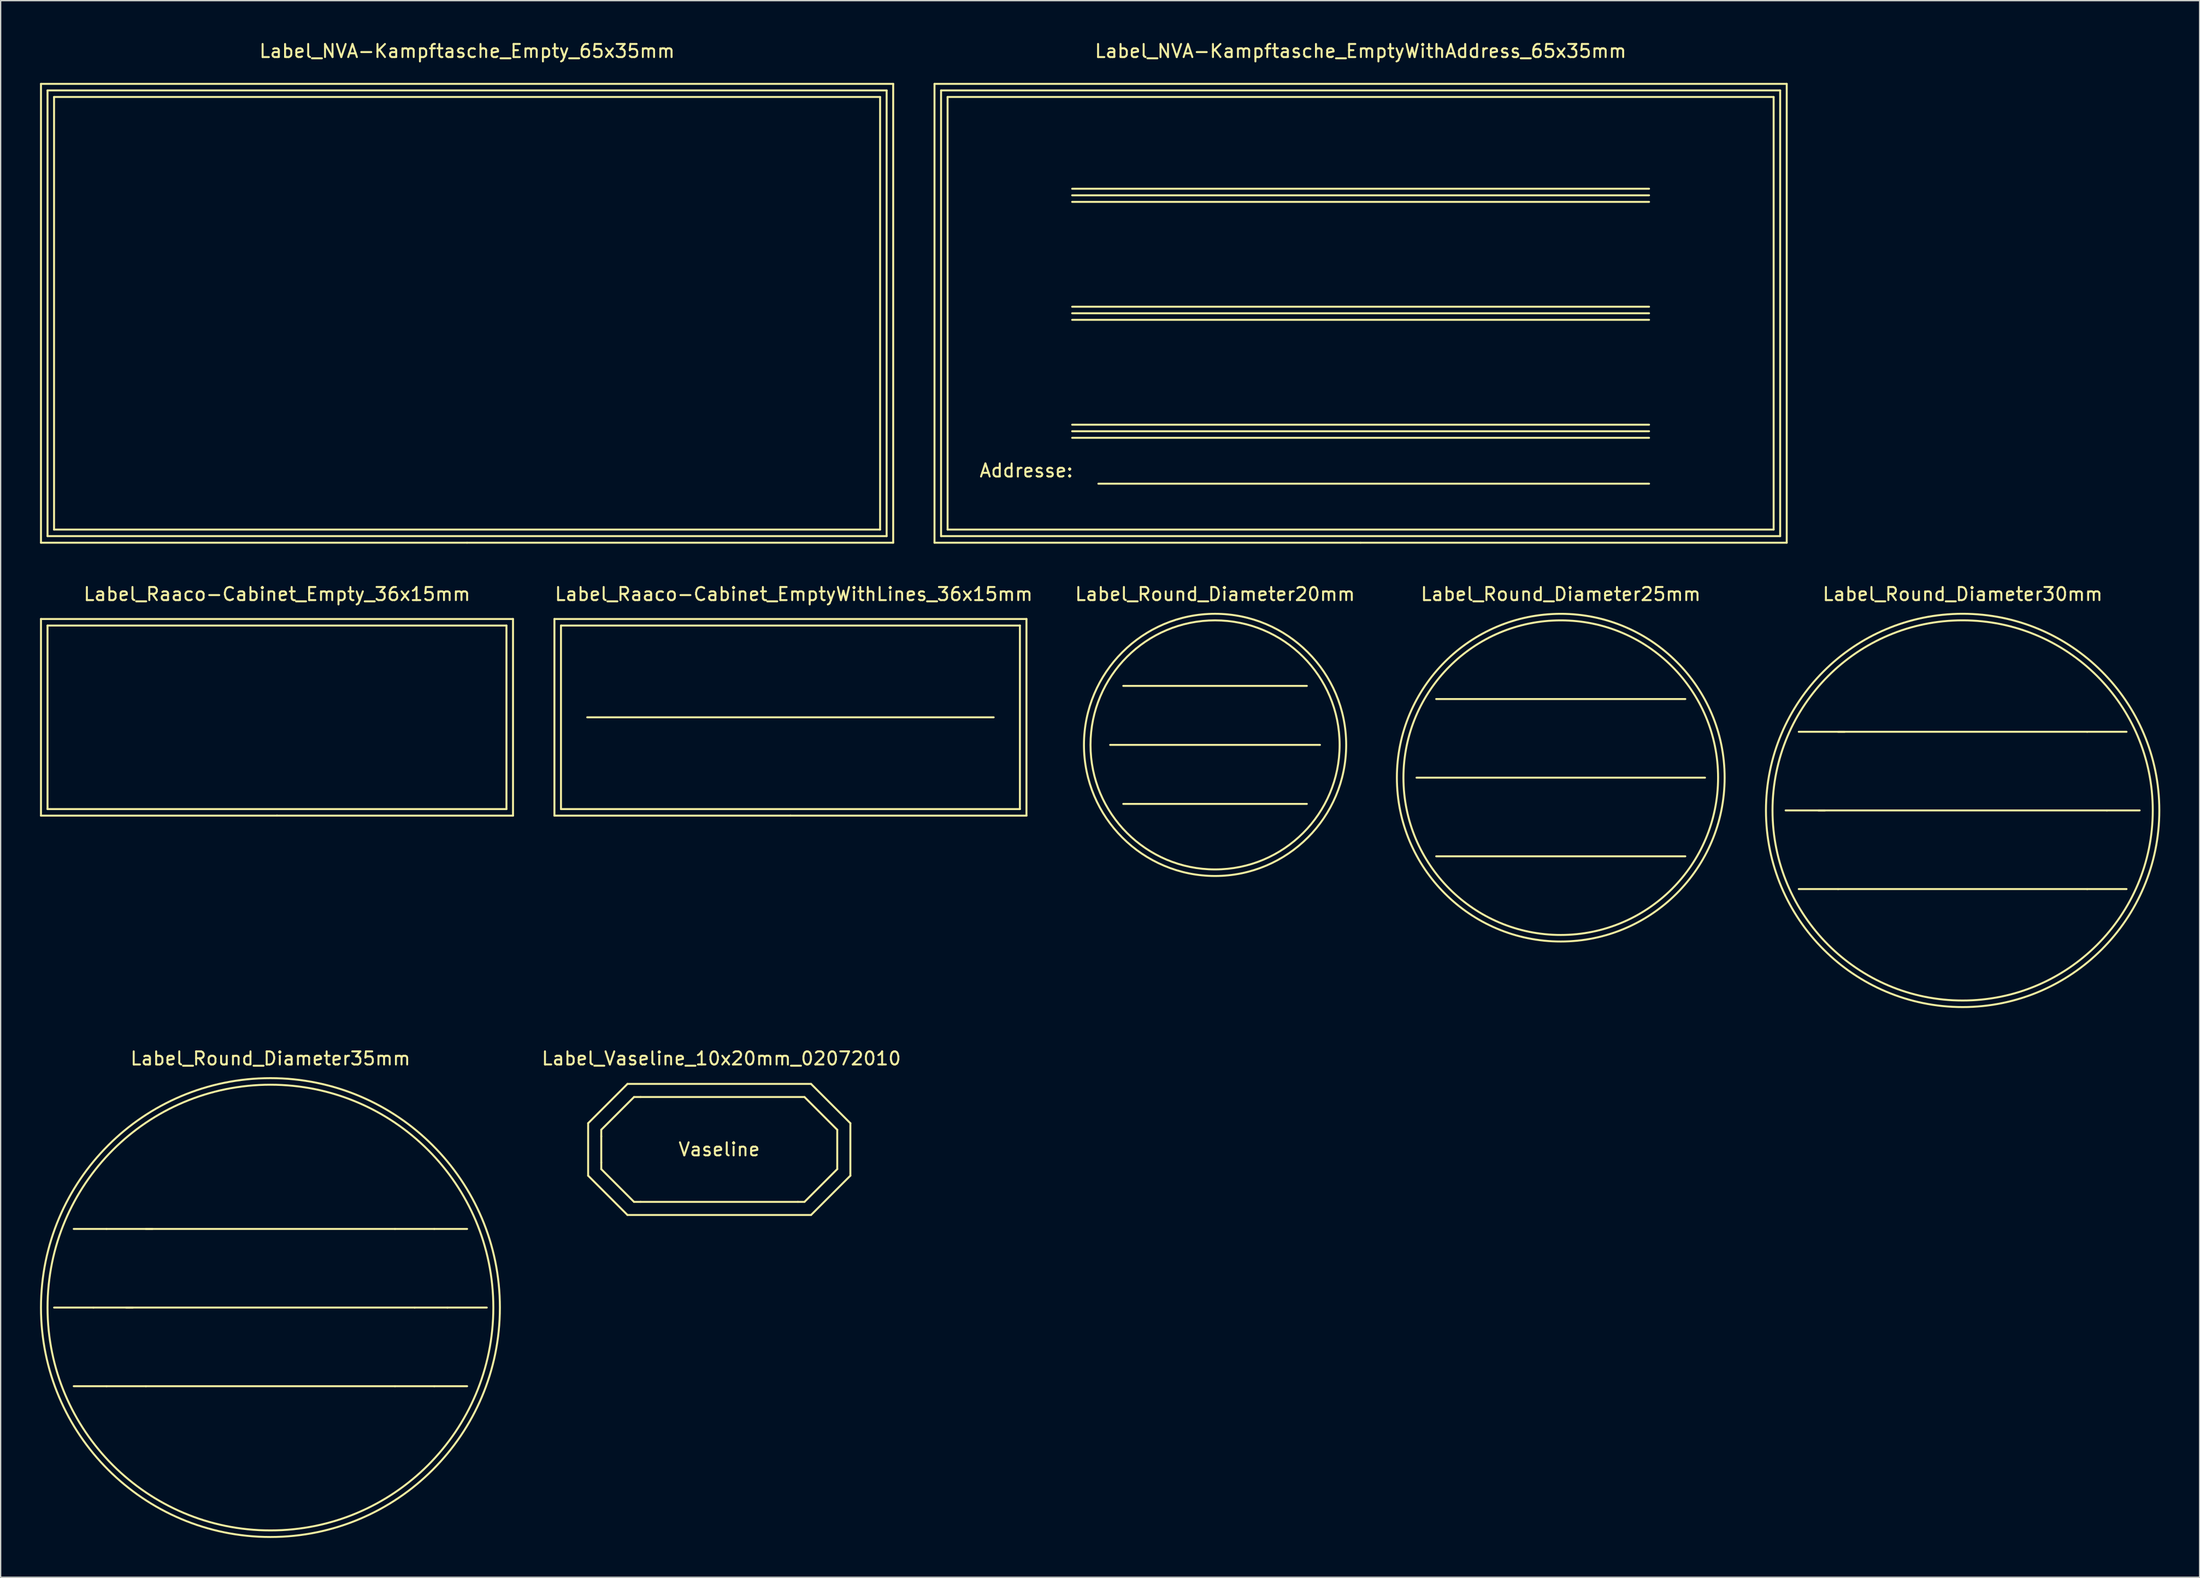
<source format=kicad_pcb>
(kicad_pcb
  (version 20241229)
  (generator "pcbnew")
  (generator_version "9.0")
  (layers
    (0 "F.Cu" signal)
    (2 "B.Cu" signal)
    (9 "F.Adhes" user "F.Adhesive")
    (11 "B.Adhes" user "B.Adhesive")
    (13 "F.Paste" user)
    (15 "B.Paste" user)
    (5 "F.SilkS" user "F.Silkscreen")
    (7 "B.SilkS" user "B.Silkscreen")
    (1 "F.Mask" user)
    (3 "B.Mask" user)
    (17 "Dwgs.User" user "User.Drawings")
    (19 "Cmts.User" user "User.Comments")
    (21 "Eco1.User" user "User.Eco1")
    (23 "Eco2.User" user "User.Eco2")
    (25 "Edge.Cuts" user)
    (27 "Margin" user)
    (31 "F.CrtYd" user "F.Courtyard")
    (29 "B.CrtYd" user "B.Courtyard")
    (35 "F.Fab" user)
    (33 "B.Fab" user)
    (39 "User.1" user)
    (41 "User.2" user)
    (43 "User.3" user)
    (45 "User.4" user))
  (footprint "Label_Round_Diameter25mm"
    (layer "F.Cu")
    (at 115.988 56.273)
    (property "Reference" "Label_Round_Diameter25mm" (at 0 -14 0) (layer "F.SilkS") (effects (font (size 1 1) (thickness 0.15))))
    (attr through_hole)
    (fp_line (start -11.001 0) (end 11.001 0) (stroke (width 0.15) (type solid)) (layer "F.SilkS"))
    (fp_line (start -9.5 5.999) (end 9.5 5.999) (stroke (width 0.15) (type solid)) (layer "F.SilkS"))
    (fp_line (start 9.5 -5.999) (end -9.5 -5.999) (stroke (width 0.15) (type solid)) (layer "F.SilkS"))
    (fp_circle (center 0 0) (end -11.999 0) (stroke (width 0.15) (type solid)) (fill no) (layer "F.SilkS"))
    (fp_circle (center 0 0) (end 12.499 0) (stroke (width 0.15) (type solid)) (fill no) (layer "F.SilkS")))
  (footprint "Label_Round_Diameter35mm"
    (layer "F.Cu")
    (at 17.576 96.696)
    (property "Reference" "Label_Round_Diameter35mm" (at 0 -18.999 0) (layer "F.SilkS") (effects (font (size 1 1) (thickness 0.15))))
    (attr through_hole)
    (fp_line (start -13.5 0) (end -16.5 0) (stroke (width 0.15) (type solid)) (layer "F.SilkS"))
    (fp_line (start -12.499 -5.999) (end -15.001 -5.999) (stroke (width 0.15) (type solid)) (layer "F.SilkS"))
    (fp_line (start -12.499 5.999) (end -15.001 5.999) (stroke (width 0.15) (type solid)) (layer "F.SilkS"))
    (fp_line (start -11.001 0) (end 11.001 0) (stroke (width 0.15) (type solid)) (layer "F.SilkS"))
    (fp_line (start -10.5 0) (end -13.5 0) (stroke (width 0.15) (type solid)) (layer "F.SilkS"))
    (fp_line (start -9.5 5.999) (end -12.499 5.999) (stroke (width 0.15) (type solid)) (layer "F.SilkS"))
    (fp_line (start -9.5 5.999) (end 9.5 5.999) (stroke (width 0.15) (type solid)) (layer "F.SilkS"))
    (fp_line (start -8.999 -5.999) (end -12.499 -5.999) (stroke (width 0.15) (type solid)) (layer "F.SilkS"))
    (fp_line (start 9.5 -5.999) (end -9.5 -5.999) (stroke (width 0.15) (type solid)) (layer "F.SilkS"))
    (fp_line (start 9.5 -5.999) (end 12.499 -5.999) (stroke (width 0.15) (type solid)) (layer "F.SilkS"))
    (fp_line (start 9.5 5.999) (end 12.499 5.999) (stroke (width 0.15) (type solid)) (layer "F.SilkS"))
    (fp_line (start 11.001 0) (end 13.5 0) (stroke (width 0.15) (type solid)) (layer "F.SilkS"))
    (fp_line (start 12.499 -5.999) (end 15.001 -5.999) (stroke (width 0.15) (type solid)) (layer "F.SilkS"))
    (fp_line (start 12.499 5.999) (end 15.001 5.999) (stroke (width 0.15) (type solid)) (layer "F.SilkS"))
    (fp_line (start 13.5 0) (end 16.5 0) (stroke (width 0.15) (type solid)) (layer "F.SilkS"))
    (fp_circle (center 0 0) (end 17 0) (stroke (width 0.15) (type solid)) (fill no) (layer "F.SilkS"))
    (fp_circle (center 0 0) (end 17.501 0) (stroke (width 0.15) (type solid)) (fill no) (layer "F.SilkS")))
  (footprint "Label_Round_Diameter30mm"
    (layer "F.Cu")
    (at 146.639 58.772)
    (property "Reference" "Label_Round_Diameter30mm" (at 0 -16.5 0) (layer "F.SilkS") (effects (font (size 1 1) (thickness 0.15))))
    (attr through_hole)
    (fp_line (start -11.001 0) (end 11.001 0) (stroke (width 0.15) (type solid)) (layer "F.SilkS"))
    (fp_line (start -10.5 0) (end -13.5 0) (stroke (width 0.15) (type solid)) (layer "F.SilkS"))
    (fp_line (start -9.5 5.999) (end -12.499 5.999) (stroke (width 0.15) (type solid)) (layer "F.SilkS"))
    (fp_line (start -9.5 5.999) (end 9.5 5.999) (stroke (width 0.15) (type solid)) (layer "F.SilkS"))
    (fp_line (start -8.999 -5.999) (end -12.499 -5.999) (stroke (width 0.15) (type solid)) (layer "F.SilkS"))
    (fp_line (start 9.5 -5.999) (end -9.5 -5.999) (stroke (width 0.15) (type solid)) (layer "F.SilkS"))
    (fp_line (start 9.5 -5.999) (end 12.499 -5.999) (stroke (width 0.15) (type solid)) (layer "F.SilkS"))
    (fp_line (start 9.5 5.999) (end 12.499 5.999) (stroke (width 0.15) (type solid)) (layer "F.SilkS"))
    (fp_line (start 11.001 0) (end 13.5 0) (stroke (width 0.15) (type solid)) (layer "F.SilkS"))
    (fp_circle (center 0 0) (end 14.501 0) (stroke (width 0.15) (type solid)) (fill no) (layer "F.SilkS"))
    (fp_circle (center 0 0) (end 15.001 0) (stroke (width 0.15) (type solid)) (fill no) (layer "F.SilkS")))
  (footprint "Label_Vaseline_10x20mm_02072010"
    (layer "F.Cu")
    (at 51.967 84.554)
    (property "Reference" "Label_Vaseline_10x20mm_02072010" (at 0 -6.858 0) (layer "F.SilkS") (effects (font (size 1 1) (thickness 0.15))))
    (attr through_hole)
    (fp_line (start -10.16 -1.92) (end -10.16 2.08) (stroke (width 0.15) (type solid)) (layer "F.SilkS"))
    (fp_line (start -10.16 -1.92) (end -7.16 -4.92) (stroke (width 0.15) (type solid)) (layer "F.SilkS"))
    (fp_line (start -10.16 2.08) (end -7.16 5.08) (stroke (width 0.15) (type solid)) (layer "F.SilkS"))
    (fp_line (start -9.159 -1.42) (end -6.66 -3.919) (stroke (width 0.15) (type solid)) (layer "F.SilkS"))
    (fp_line (start -9.159 -0.919) (end -9.159 -1.42) (stroke (width 0.15) (type solid)) (layer "F.SilkS"))
    (fp_line (start -9.159 -0.919) (end -9.159 1.079) (stroke (width 0.15) (type solid)) (layer "F.SilkS"))
    (fp_line (start -9.159 1.079) (end -9.159 1.58) (stroke (width 0.15) (type solid)) (layer "F.SilkS"))
    (fp_line (start -9.159 1.58) (end -6.66 4.079) (stroke (width 0.15) (type solid)) (layer "F.SilkS"))
    (fp_line (start -7.16 -4.92) (end 6.84 -4.92) (stroke (width 0.15) (type solid)) (layer "F.SilkS"))
    (fp_line (start -6.66 -3.919) (end -6.16 -3.919) (stroke (width 0.15) (type solid)) (layer "F.SilkS"))
    (fp_line (start -6.66 4.079) (end -6.16 4.079) (stroke (width 0.15) (type solid)) (layer "F.SilkS"))
    (fp_line (start -6.16 4.079) (end 5.839 4.079) (stroke (width 0.15) (type solid)) (layer "F.SilkS"))
    (fp_line (start 6.34 -3.919) (end -6.16 -3.919) (stroke (width 0.15) (type solid)) (layer "F.SilkS"))
    (fp_line (start 6.34 4.079) (end 5.839 4.079) (stroke (width 0.15) (type solid)) (layer "F.SilkS"))
    (fp_line (start 6.84 5.08) (end -7.16 5.08) (stroke (width 0.15) (type solid)) (layer "F.SilkS"))
    (fp_line (start 6.84 5.08) (end 9.84 2.08) (stroke (width 0.15) (type solid)) (layer "F.SilkS"))
    (fp_line (start 8.839 -1.42) (end 6.34 -3.919) (stroke (width 0.15) (type solid)) (layer "F.SilkS"))
    (fp_line (start 8.839 -1.42) (end 8.839 1.58) (stroke (width 0.15) (type solid)) (layer "F.SilkS"))
    (fp_line (start 8.839 1.58) (end 6.34 4.079) (stroke (width 0.15) (type solid)) (layer "F.SilkS"))
    (fp_line (start 9.84 -1.92) (end 6.84 -4.92) (stroke (width 0.15) (type solid)) (layer "F.SilkS"))
    (fp_line (start 9.84 -1.92) (end 9.84 2.08) (stroke (width 0.15) (type solid)) (layer "F.SilkS"))
    (fp_text user "Vaseline" (at -0.16 0.079 0) (layer "F.SilkS") (effects (font (size 1 1) (thickness 0.15)))))
  (footprint "Label_Raaco-Cabinet_Empty_36x15mm"
    (layer "F.Cu")
    (at 18.076 51.67)
    (property "Reference" "Label_Raaco-Cabinet_Empty_36x15mm" (at 0 -9.398 0) (layer "F.SilkS") (effects (font (size 1 1) (thickness 0.15))))
    (attr through_hole)
    (fp_line (start -18.001 -7.501) (end -18.001 7.501) (stroke (width 0.15) (type solid)) (layer "F.SilkS"))
    (fp_line (start -18.001 7.501) (end 0 7.501) (stroke (width 0.15) (type solid)) (layer "F.SilkS"))
    (fp_line (start -17.501 -7) (end 17.501 -7) (stroke (width 0.15) (type solid)) (layer "F.SilkS"))
    (fp_line (start -17.501 7) (end -17.501 -7) (stroke (width 0.15) (type solid)) (layer "F.SilkS"))
    (fp_line (start 0 7.501) (end 18.001 7.501) (stroke (width 0.15) (type solid)) (layer "F.SilkS"))
    (fp_line (start 17.501 -7) (end 17.501 7) (stroke (width 0.15) (type solid)) (layer "F.SilkS"))
    (fp_line (start 17.501 7) (end -17.501 7) (stroke (width 0.15) (type solid)) (layer "F.SilkS"))
    (fp_line (start 18.001 -7.501) (end -18.001 -7.501) (stroke (width 0.15) (type solid)) (layer "F.SilkS"))
    (fp_line (start 18.001 7.501) (end 18.001 -7.501) (stroke (width 0.15) (type solid)) (layer "F.SilkS")))
  (footprint "Label_NVA-Kampftasche_EmptyWithAddress_65x35mm"
    (layer "F.Cu")
    (at 100.723 20.848)
    (property "Reference" "Label_NVA-Kampftasche_EmptyWithAddress_65x35mm" (at 0 -20 0) (layer "F.SilkS") (effects (font (size 1 1) (thickness 0.15))))
    (attr through_hole)
    (fp_line (start -32.499 -17.501) (end -32.499 17.501) (stroke (width 0.15) (type solid)) (layer "F.SilkS"))
    (fp_line (start -32.499 17.501) (end 0 17.501) (stroke (width 0.15) (type solid)) (layer "F.SilkS"))
    (fp_line (start -31.999 -17) (end 31.999 -17) (stroke (width 0.15) (type solid)) (layer "F.SilkS"))
    (fp_line (start -31.999 17) (end -31.999 -17) (stroke (width 0.15) (type solid)) (layer "F.SilkS"))
    (fp_line (start -31.501 -16.5) (end 31.501 -16.5) (stroke (width 0.15) (type solid)) (layer "F.SilkS"))
    (fp_line (start -31.501 16.5) (end -31.501 -16.5) (stroke (width 0.15) (type solid)) (layer "F.SilkS"))
    (fp_line (start -21.999 -8.999) (end 21.999 -8.999) (stroke (width 0.15) (type solid)) (layer "F.SilkS"))
    (fp_line (start -21.999 -8.499) (end 21.999 -8.499) (stroke (width 0.15) (type solid)) (layer "F.SilkS"))
    (fp_line (start -21.999 -0.5) (end 21.999 -0.5) (stroke (width 0.15) (type solid)) (layer "F.SilkS"))
    (fp_line (start -21.999 0) (end 21.999 0) (stroke (width 0.15) (type solid)) (layer "F.SilkS"))
    (fp_line (start -21.999 0.5) (end 21.999 0.5) (stroke (width 0.15) (type solid)) (layer "F.SilkS"))
    (fp_line (start -21.999 8.499) (end 21.999 8.499) (stroke (width 0.15) (type solid)) (layer "F.SilkS"))
    (fp_line (start -20 13) (end 21.999 13) (stroke (width 0.15) (type solid)) (layer "F.SilkS"))
    (fp_line (start 0 17.501) (end 32.499 17.501) (stroke (width 0.15) (type solid)) (layer "F.SilkS"))
    (fp_line (start 21.999 -9.5) (end -21.999 -9.5) (stroke (width 0.15) (type solid)) (layer "F.SilkS"))
    (fp_line (start 21.999 8.999) (end -21.999 8.999) (stroke (width 0.15) (type solid)) (layer "F.SilkS"))
    (fp_line (start 21.999 9.5) (end -21.999 9.5) (stroke (width 0.15) (type solid)) (layer "F.SilkS"))
    (fp_line (start 31.501 -16.5) (end 31.501 16.5) (stroke (width 0.15) (type solid)) (layer "F.SilkS"))
    (fp_line (start 31.501 16.5) (end -31.501 16.5) (stroke (width 0.15) (type solid)) (layer "F.SilkS"))
    (fp_line (start 31.999 -17) (end 31.999 17) (stroke (width 0.15) (type solid)) (layer "F.SilkS"))
    (fp_line (start 31.999 17) (end -31.999 17) (stroke (width 0.15) (type solid)) (layer "F.SilkS"))
    (fp_line (start 32.499 -17.501) (end -32.499 -17.501) (stroke (width 0.15) (type solid)) (layer "F.SilkS"))
    (fp_line (start 32.499 17.501) (end 32.499 -17.501) (stroke (width 0.15) (type solid)) (layer "F.SilkS"))
    (fp_text user "Addresse:" (at -25.499 11.999 0) (layer "F.SilkS") (effects (font (size 1 1) (thickness 0.15)))))
  (footprint "Label_Raaco-Cabinet_EmptyWithLines_36x15mm"
    (layer "F.Cu")
    (at 57.237 51.67)
    (property "Reference" "Label_Raaco-Cabinet_EmptyWithLines_36x15mm" (at 0.254 -9.398 0) (layer "F.SilkS") (effects (font (size 1 1) (thickness 0.15))))
    (attr through_hole)
    (fp_line (start -18.001 -7.501) (end -18.001 7.501) (stroke (width 0.15) (type solid)) (layer "F.SilkS"))
    (fp_line (start -18.001 7.501) (end 0 7.501) (stroke (width 0.15) (type solid)) (layer "F.SilkS"))
    (fp_line (start -17.501 -7) (end 17.501 -7) (stroke (width 0.15) (type solid)) (layer "F.SilkS"))
    (fp_line (start -17.501 7) (end -17.501 -7) (stroke (width 0.15) (type solid)) (layer "F.SilkS"))
    (fp_line (start -15.499 0) (end 15.499 0) (stroke (width 0.15) (type solid)) (layer "F.SilkS"))
    (fp_line (start 0 7.501) (end 18.001 7.501) (stroke (width 0.15) (type solid)) (layer "F.SilkS"))
    (fp_line (start 17.501 -7) (end 17.501 7) (stroke (width 0.15) (type solid)) (layer "F.SilkS"))
    (fp_line (start 17.501 7) (end -17.501 7) (stroke (width 0.15) (type solid)) (layer "F.SilkS"))
    (fp_line (start 18.001 -7.501) (end -18.001 -7.501) (stroke (width 0.15) (type solid)) (layer "F.SilkS"))
    (fp_line (start 18.001 7.501) (end 18.001 -7.501) (stroke (width 0.15) (type solid)) (layer "F.SilkS")))
  (footprint "Label_NVA-Kampftasche_Empty_65x35mm"
    (layer "F.Cu")
    (at 32.574 20.848)
    (property "Reference" "Label_NVA-Kampftasche_Empty_65x35mm" (at 0 -20 0) (layer "F.SilkS") (effects (font (size 1 1) (thickness 0.15))))
    (attr through_hole)
    (fp_line (start -32.499 -17.501) (end -32.499 17.501) (stroke (width 0.15) (type solid)) (layer "F.SilkS"))
    (fp_line (start -32.499 17.501) (end 0 17.501) (stroke (width 0.15) (type solid)) (layer "F.SilkS"))
    (fp_line (start -31.999 -17) (end 31.999 -17) (stroke (width 0.15) (type solid)) (layer "F.SilkS"))
    (fp_line (start -31.999 17) (end -31.999 -17) (stroke (width 0.15) (type solid)) (layer "F.SilkS"))
    (fp_line (start -31.501 -16.5) (end 31.501 -16.5) (stroke (width 0.15) (type solid)) (layer "F.SilkS"))
    (fp_line (start -31.501 16.5) (end -31.501 -16.5) (stroke (width 0.15) (type solid)) (layer "F.SilkS"))
    (fp_line (start 0 17.501) (end 32.499 17.501) (stroke (width 0.15) (type solid)) (layer "F.SilkS"))
    (fp_line (start 31.501 -16.5) (end 31.501 16.5) (stroke (width 0.15) (type solid)) (layer "F.SilkS"))
    (fp_line (start 31.501 16.5) (end -31.501 16.5) (stroke (width 0.15) (type solid)) (layer "F.SilkS"))
    (fp_line (start 31.999 -17) (end 31.999 17) (stroke (width 0.15) (type solid)) (layer "F.SilkS"))
    (fp_line (start 31.999 17) (end -31.999 17) (stroke (width 0.15) (type solid)) (layer "F.SilkS"))
    (fp_line (start 32.499 -17.501) (end -32.499 -17.501) (stroke (width 0.15) (type solid)) (layer "F.SilkS"))
    (fp_line (start 32.499 17.501) (end 32.499 -17.501) (stroke (width 0.15) (type solid)) (layer "F.SilkS")))
  (footprint "Label_Round_Diameter20mm"
    (layer "F.Cu")
    (at 89.622 53.773)
    (property "Reference" "Label_Round_Diameter20mm" (at 0 -11.501 0) (layer "F.SilkS") (effects (font (size 1 1) (thickness 0.15))))
    (attr through_hole)
    (fp_line (start -8.001 0) (end 8.001 0) (stroke (width 0.15) (type solid)) (layer "F.SilkS"))
    (fp_line (start -7 -4.501) (end 7 -4.501) (stroke (width 0.15) (type solid)) (layer "F.SilkS"))
    (fp_line (start -7 4.501) (end 7 4.501) (stroke (width 0.15) (type solid)) (layer "F.SilkS"))
    (fp_circle (center 0 0) (end 9.5 0) (stroke (width 0.15) (type solid)) (fill no) (layer "F.SilkS"))
    (fp_circle (center 0 0) (end 10 0) (stroke (width 0.15) (type solid)) (fill no) (layer "F.SilkS")))
  (gr_rect
    (start -3 -3)
    (end 164.715 117.271)
    (stroke (width 0.1) (type default))
    (fill no)
    (layer "Edge.Cuts")))
</source>
